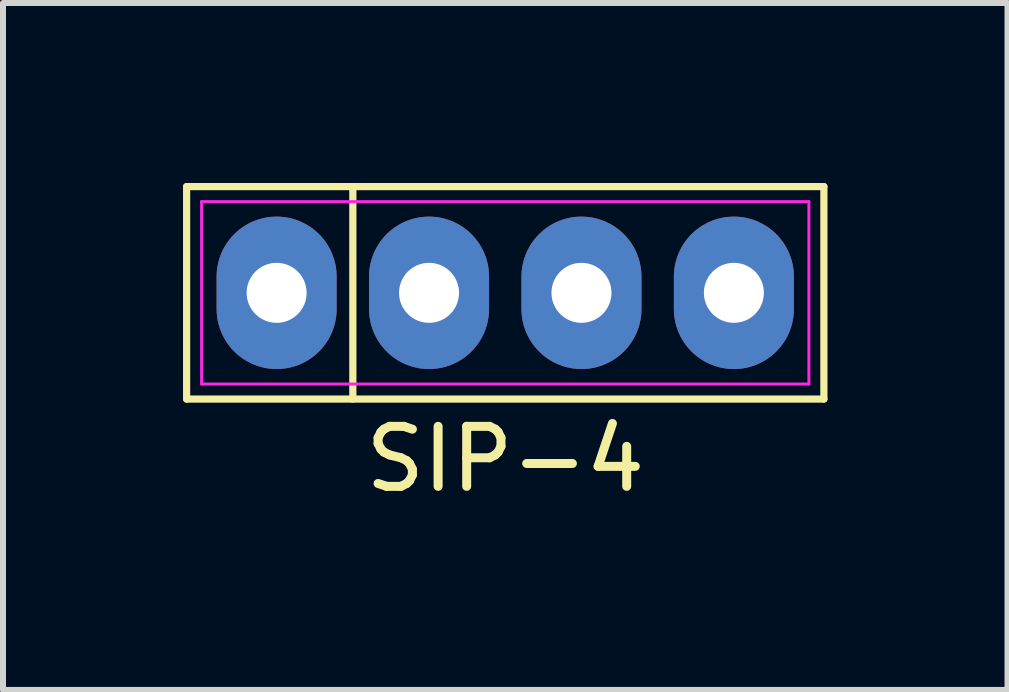
<source format=kicad_pcb>
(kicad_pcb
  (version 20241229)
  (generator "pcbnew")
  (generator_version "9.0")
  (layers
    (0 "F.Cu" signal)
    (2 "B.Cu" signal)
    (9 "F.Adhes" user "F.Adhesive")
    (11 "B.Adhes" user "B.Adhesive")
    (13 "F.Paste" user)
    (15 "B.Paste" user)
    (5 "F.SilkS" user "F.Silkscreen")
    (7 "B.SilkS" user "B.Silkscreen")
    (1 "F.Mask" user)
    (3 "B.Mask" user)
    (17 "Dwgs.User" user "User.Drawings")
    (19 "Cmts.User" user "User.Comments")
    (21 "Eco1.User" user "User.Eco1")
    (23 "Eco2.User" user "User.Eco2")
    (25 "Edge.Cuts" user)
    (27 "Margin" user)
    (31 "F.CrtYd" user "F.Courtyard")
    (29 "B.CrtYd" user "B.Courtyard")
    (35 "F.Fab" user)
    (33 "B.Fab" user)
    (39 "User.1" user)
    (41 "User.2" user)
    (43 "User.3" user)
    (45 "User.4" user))
  (footprint "SIP-4"
    (layer "F.Cu")
    (at 5.37 1.83)
    (property "Reference" "SIP-4" (at 0 2.77 0) (layer "F.SilkS") (effects (font (size 1 1) (thickness 0.15))))
    (fp_line (start -5.31 -1.77) (end 5.31 -1.77) (stroke (width 0.12) (type solid)) (layer "F.SilkS"))
    (fp_line (start -5.31 1.77) (end -5.31 -1.77) (stroke (width 0.12) (type solid)) (layer "F.SilkS"))
    (fp_line (start -2.54 -1.77) (end -2.54 1.77) (stroke (width 0.12) (type solid)) (layer "F.SilkS"))
    (fp_line (start 5.31 -1.77) (end 5.31 1.77) (stroke (width 0.12) (type solid)) (layer "F.SilkS"))
    (fp_line (start 5.31 1.77) (end -5.31 1.77) (stroke (width 0.12) (type solid)) (layer "F.SilkS"))
    (fp_line (start -5.06 -1.52) (end 5.06 -1.52) (stroke (width 0.05) (type solid)) (layer "F.CrtYd"))
    (fp_line (start -5.06 1.52) (end -5.06 -1.52) (stroke (width 0.05) (type solid)) (layer "F.CrtYd"))
    (fp_line (start 5.06 -1.52) (end 5.06 1.52) (stroke (width 0.05) (type solid)) (layer "F.CrtYd"))
    (fp_line (start 5.06 1.52) (end -5.06 1.52) (stroke (width 0.05) (type solid)) (layer "F.CrtYd"))
    (pad "1" thru_hole oval (at -3.81 0) (size 2 2.54) (drill 1) (layers "*.Cu" "*.Mask"))
    (pad "2" thru_hole oval (at -1.27 0) (size 2 2.54) (drill 1) (layers "*.Cu" "*.Mask"))
    (pad "3" thru_hole oval (at 1.27 0) (size 2 2.54) (drill 1) (layers "*.Cu" "*.Mask"))
    (pad "4" thru_hole oval (at 3.81 0) (size 2 2.54) (drill 1) (layers "*.Cu" "*.Mask")))
  (gr_rect
    (start -3 -3)
    (end 13.74 8.448)
    (stroke (width 0.1) (type default))
    (fill no)
    (layer "Edge.Cuts")))
</source>
